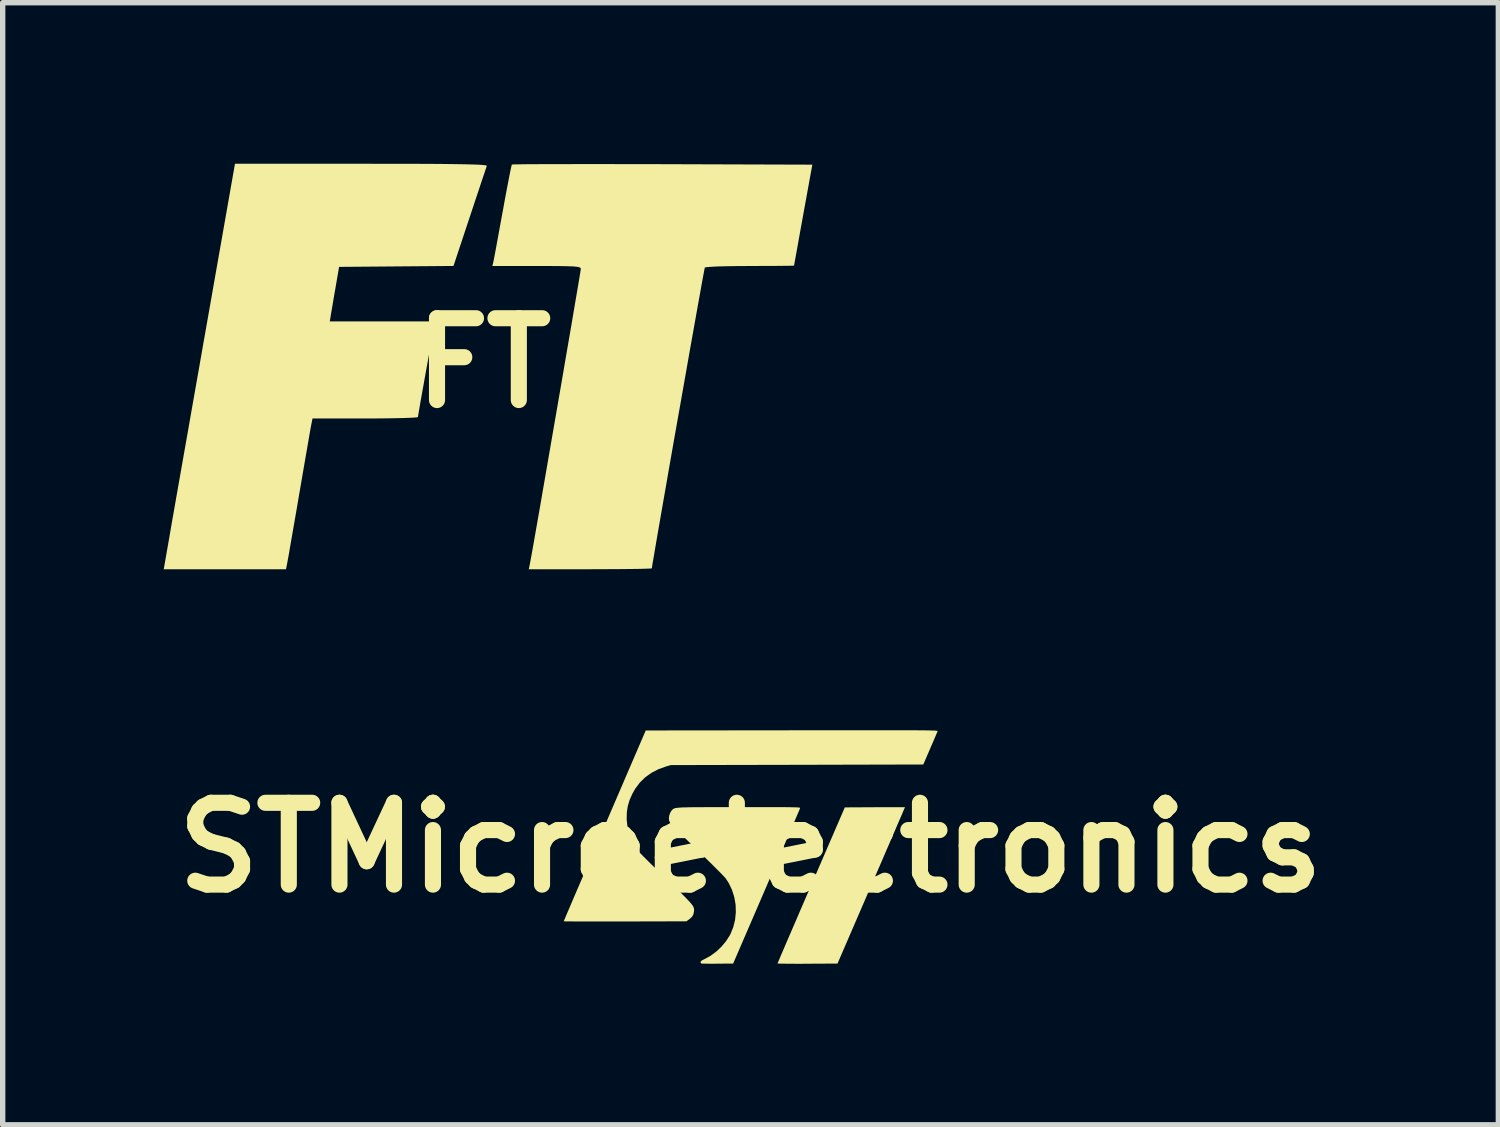
<source format=kicad_pcb>
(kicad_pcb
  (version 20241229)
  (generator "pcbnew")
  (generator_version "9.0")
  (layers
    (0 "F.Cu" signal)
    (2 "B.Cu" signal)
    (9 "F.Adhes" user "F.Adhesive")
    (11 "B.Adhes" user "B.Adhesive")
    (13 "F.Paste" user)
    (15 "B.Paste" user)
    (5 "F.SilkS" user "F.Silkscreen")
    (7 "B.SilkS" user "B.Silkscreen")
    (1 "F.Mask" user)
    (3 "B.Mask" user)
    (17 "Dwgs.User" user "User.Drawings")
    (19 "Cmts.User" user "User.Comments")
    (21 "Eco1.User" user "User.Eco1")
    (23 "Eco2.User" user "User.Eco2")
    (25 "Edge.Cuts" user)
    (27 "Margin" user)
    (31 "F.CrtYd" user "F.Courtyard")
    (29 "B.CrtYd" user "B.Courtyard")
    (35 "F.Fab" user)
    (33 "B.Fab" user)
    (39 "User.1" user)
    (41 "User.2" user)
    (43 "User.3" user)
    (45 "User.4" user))
  (footprint "STMicroelectronics"
    (layer "F.Cu")
    (at 10.929 12.738)
    (property "Reference" "STMicroelectronics" (at 0 0 0) (layer "F.SilkS") (effects (font (size 1.524 1.524) (thickness 0.3))))
    (attr board_only exclude_from_pos_files exclude_from_bom)
    (fp_poly (pts (xy 2.701 -0.753) (xy 2.769 -0.753) (xy 2.823 -0.753) (xy 2.859 -0.752) (xy 2.876 -0.752) (xy 2.877 -0.751) (xy 2.873 -0.741) (xy 2.86 -0.712) (xy 2.84 -0.665) (xy 2.813 -0.601) (xy 2.778 -0.521) (xy 2.738 -0.428) (xy 2.692 -0.32) (xy 2.64 -0.201) (xy 2.584 -0.07) (xy 2.523 0.07) (xy 2.459 0.22) (xy 2.391 0.377) (xy 2.32 0.541) (xy 2.249 0.706) (xy 1.621 2.16) (xy 1.062 2.163) (xy 0.954 2.164) (xy 0.852 2.164) (xy 0.76 2.163) (xy 0.679 2.163) (xy 0.611 2.162) (xy 0.557 2.161) (xy 0.521 2.16) (xy 0.505 2.158) (xy 0.504 2.158) (xy 0.508 2.147) (xy 0.521 2.117) (xy 0.541 2.07) (xy 0.568 2.005) (xy 0.603 1.925) (xy 0.643 1.831) (xy 0.689 1.723) (xy 0.741 1.604) (xy 0.797 1.473) (xy 0.858 1.332) (xy 0.922 1.182) (xy 0.99 1.025) (xy 1.061 0.861) (xy 1.131 0.7) (xy 1.757 -0.749) (xy 2.317 -0.752) (xy 2.425 -0.753) (xy 2.527 -0.753) (xy 2.619 -0.753)) (stroke (width 0) (type solid)) (fill yes) (layer "F.SilkS"))
    (fp_poly (pts (xy 0.279 -0.754) (xy 0.403 -0.754) (xy 0.511 -0.754) (xy 0.603 -0.754) (xy 0.68 -0.753) (xy 0.745 -0.752) (xy 0.797 -0.751) (xy 0.838 -0.75) (xy 0.869 -0.749) (xy 0.893 -0.747) (xy 0.908 -0.745) (xy 0.918 -0.743) (xy 0.924 -0.741) (xy 0.925 -0.738) (xy 0.925 -0.736) (xy 0.92 -0.724) (xy 0.907 -0.692) (xy 0.886 -0.644) (xy 0.858 -0.578) (xy 0.823 -0.497) (xy 0.782 -0.402) (xy 0.735 -0.293) (xy 0.683 -0.172) (xy 0.627 -0.041) (xy 0.566 0.101) (xy 0.501 0.251) (xy 0.433 0.408) (xy 0.362 0.572) (xy 0.298 0.722) (xy -0.323 2.16) (xy -0.613 2.162) (xy -0.691 2.163) (xy -0.762 2.163) (xy -0.823 2.162) (xy -0.871 2.161) (xy -0.903 2.16) (xy -0.916 2.159) (xy -0.928 2.144) (xy -0.93 2.132) (xy -0.923 2.117) (xy -0.902 2.1) (xy -0.864 2.081) (xy -0.859 2.078) (xy -0.748 2.018) (xy -0.641 1.94) (xy -0.543 1.848) (xy -0.457 1.746) (xy -0.388 1.638) (xy -0.374 1.613) (xy -0.321 1.483) (xy -0.287 1.346) (xy -0.273 1.206) (xy -0.277 1.064) (xy -0.301 0.925) (xy -0.343 0.791) (xy -0.403 0.664) (xy -0.462 0.574) (xy -0.479 0.554) (xy -0.51 0.521) (xy -0.553 0.476) (xy -0.608 0.421) (xy -0.672 0.357) (xy -0.744 0.285) (xy -0.823 0.208) (xy -0.907 0.126) (xy -0.985 0.05) (xy -1.071 -0.034) (xy -1.153 -0.113) (xy -1.23 -0.188) (xy -1.3 -0.257) (xy -1.361 -0.318) (xy -1.412 -0.369) (xy -1.451 -0.41) (xy -1.478 -0.438) (xy -1.49 -0.452) (xy -1.513 -0.494) (xy -1.52 -0.539) (xy -1.52 -0.546) (xy -1.513 -0.599) (xy -1.494 -0.651) (xy -1.468 -0.693) (xy -1.457 -0.704) (xy -1.448 -0.712) (xy -1.44 -0.719) (xy -1.43 -0.725) (xy -1.417 -0.73) (xy -1.401 -0.735) (xy -1.38 -0.739) (xy -1.353 -0.742) (xy -1.318 -0.745) (xy -1.274 -0.748) (xy -1.22 -0.749) (xy -1.155 -0.751) (xy -1.078 -0.752) (xy -0.986 -0.753) (xy -0.88 -0.753) (xy -0.757 -0.754) (xy -0.616 -0.754) (xy -0.457 -0.754) (xy -0.277 -0.754) (xy -0.21 -0.754) (xy -0.027 -0.754) (xy 0.136 -0.754)) (stroke (width 0) (type solid)) (fill yes) (layer "F.SilkS"))
    (fp_poly (pts (xy 2.529 -2.186) (xy 2.671 -2.186) (xy 2.798 -2.186) (xy 2.911 -2.186) (xy 3.011 -2.185) (xy 3.099 -2.185) (xy 3.176 -2.184) (xy 3.241 -2.184) (xy 3.297 -2.183) (xy 3.344 -2.182) (xy 3.382 -2.181) (xy 3.413 -2.18) (xy 3.437 -2.179) (xy 3.455 -2.178) (xy 3.468 -2.176) (xy 3.477 -2.174) (xy 3.482 -2.173) (xy 3.484 -2.171) (xy 3.485 -2.169) (xy 3.484 -2.167) (xy 3.479 -2.152) (xy 3.465 -2.12) (xy 3.445 -2.073) (xy 3.42 -2.014) (xy 3.391 -1.946) (xy 3.358 -1.871) (xy 3.348 -1.847) (xy 3.219 -1.548) (xy 0.868 -1.542) (xy -1.482 -1.537) (xy -1.567 -1.513) (xy -1.713 -1.461) (xy -1.844 -1.393) (xy -1.961 -1.309) (xy -2.062 -1.21) (xy -2.148 -1.095) (xy -2.201 -1.001) (xy -2.252 -0.886) (xy -2.285 -0.775) (xy -2.303 -0.662) (xy -2.306 -0.538) (xy -2.305 -0.512) (xy -2.289 -0.364) (xy -2.254 -0.226) (xy -2.199 -0.097) (xy -2.125 0.021) (xy -2.102 0.05) (xy -2.081 0.075) (xy -2.045 0.112) (xy -1.998 0.161) (xy -1.941 0.218) (xy -1.877 0.282) (xy -1.808 0.35) (xy -1.736 0.42) (xy -1.717 0.437) (xy -1.599 0.551) (xy -1.495 0.651) (xy -1.405 0.738) (xy -1.328 0.812) (xy -1.263 0.877) (xy -1.209 0.931) (xy -1.165 0.977) (xy -1.129 1.015) (xy -1.102 1.047) (xy -1.081 1.074) (xy -1.067 1.097) (xy -1.058 1.116) (xy -1.053 1.134) (xy -1.051 1.151) (xy -1.051 1.168) (xy -1.052 1.186) (xy -1.053 1.189) (xy -1.062 1.24) (xy -1.083 1.281) (xy -1.119 1.318) (xy -1.148 1.34) (xy -1.194 1.373) (xy -2.336 1.376) (xy -2.492 1.376) (xy -2.642 1.376) (xy -2.784 1.376) (xy -2.917 1.376) (xy -3.039 1.376) (xy -3.15 1.376) (xy -3.246 1.376) (xy -3.328 1.375) (xy -3.394 1.375) (xy -3.442 1.374) (xy -3.47 1.373) (xy -3.479 1.373) (xy -3.474 1.362) (xy -3.462 1.333) (xy -3.442 1.286) (xy -3.416 1.224) (xy -3.383 1.147) (xy -3.345 1.058) (xy -3.302 0.957) (xy -3.254 0.845) (xy -3.203 0.726) (xy -3.148 0.599) (xy -3.094 0.473) (xy -3.024 0.311) (xy -2.948 0.135) (xy -2.867 -0.054) (xy -2.783 -0.25) (xy -2.697 -0.448) (xy -2.612 -0.646) (xy -2.529 -0.839) (xy -2.45 -1.023) (xy -2.376 -1.194) (xy -2.33 -1.302) (xy -1.951 -2.182) (xy 0.77 -2.185) (xy 1.058 -2.185) (xy 1.325 -2.186) (xy 1.572 -2.186) (xy 1.799 -2.186) (xy 2.008 -2.186) (xy 2.198 -2.186) (xy 2.372 -2.186)) (stroke (width 0) (type solid)) (fill yes) (layer "F.SilkS")))
  (footprint "FT"
    (layer "F.Cu")
    (at 5.961 3.712)
    (property "Reference" "FT" (at 0 0 0) (layer "F.SilkS") (effects (font (size 1.524 1.524) (thickness 0.3))))
    (attr board_only exclude_from_pos_files exclude_from_bom)
    (fp_poly (pts (xy -1.819 -3.711) (xy -1.418 -3.711) (xy -1.074 -3.71) (xy -0.784 -3.708) (xy -0.544 -3.705) (xy -0.35 -3.702) (xy -0.198 -3.698) (xy -0.085 -3.694) (xy -0.008 -3.688) (xy 0.038 -3.682) (xy 0.056 -3.674) (xy 0.057 -3.671) (xy 0.043 -3.631) (xy 0.012 -3.538) (xy -0.035 -3.4) (xy -0.093 -3.224) (xy -0.162 -3.019) (xy -0.237 -2.792) (xy -0.261 -2.72) (xy -0.564 -1.808) (xy -2.695 -1.791) (xy -2.764 -1.388) (xy -2.793 -1.224) (xy -2.818 -1.073) (xy -2.839 -0.953) (xy -2.851 -0.88) (xy -2.851 -0.879) (xy -2.868 -0.775) (xy -0.902 -0.775) (xy -0.919 -0.702) (xy -0.93 -0.646) (xy -0.95 -0.54) (xy -0.977 -0.395) (xy -1.009 -0.22) (xy -1.044 -0.026) (xy -1.081 0.177) (xy -1.117 0.379) (xy -1.151 0.568) (xy -1.181 0.736) (xy -1.204 0.872) (xy -1.22 0.966) (xy -1.226 1.006) (xy -1.226 1.007) (xy -1.257 1.013) (xy -1.345 1.019) (xy -1.482 1.024) (xy -1.659 1.028) (xy -1.87 1.031) (xy -2.106 1.033) (xy -2.208 1.033) (xy -3.19 1.033) (xy -3.208 1.122) (xy -3.218 1.173) (xy -3.237 1.28) (xy -3.264 1.435) (xy -3.298 1.632) (xy -3.338 1.862) (xy -3.382 2.118) (xy -3.429 2.393) (xy -3.437 2.437) (xy -3.484 2.713) (xy -3.529 2.973) (xy -3.57 3.208) (xy -3.605 3.41) (xy -3.633 3.573) (xy -3.654 3.688) (xy -3.665 3.748) (xy -3.666 3.752) (xy -3.684 3.841) (xy -5.961 3.841) (xy -5.858 3.252) (xy -5.838 3.135) (xy -5.808 2.961) (xy -5.768 2.734) (xy -5.72 2.459) (xy -5.664 2.142) (xy -5.602 1.789) (xy -5.534 1.404) (xy -5.462 0.993) (xy -5.386 0.561) (xy -5.307 0.114) (xy -5.227 -0.343) (xy -5.195 -0.524) (xy -4.634 -3.712) (xy -2.281 -3.712)) (stroke (width 0) (type solid)) (fill yes) (layer "F.SilkS"))
    (fp_poly (pts (xy 2.208 -3.706) (xy 2.59 -3.705) (xy 2.994 -3.705) (xy 3.329 -3.704) (xy 6.12 -3.695) (xy 5.95 -2.759) (xy 5.907 -2.523) (xy 5.868 -2.307) (xy 5.835 -2.121) (xy 5.808 -1.972) (xy 5.789 -1.869) (xy 5.78 -1.819) (xy 5.779 -1.815) (xy 5.748 -1.813) (xy 5.66 -1.811) (xy 5.526 -1.81) (xy 5.352 -1.808) (xy 5.149 -1.808) (xy 4.956 -1.807) (xy 4.732 -1.806) (xy 4.53 -1.803) (xy 4.359 -1.799) (xy 4.227 -1.792) (xy 4.144 -1.785) (xy 4.117 -1.779) (xy 4.11 -1.745) (xy 4.093 -1.653) (xy 4.066 -1.508) (xy 4.032 -1.317) (xy 3.99 -1.085) (xy 3.942 -0.816) (xy 3.889 -0.518) (xy 3.831 -0.194) (xy 3.771 0.148) (xy 3.708 0.504) (xy 3.644 0.867) (xy 3.579 1.233) (xy 3.515 1.596) (xy 3.453 1.95) (xy 3.394 2.29) (xy 3.338 2.61) (xy 3.287 2.904) (xy 3.241 3.168) (xy 3.202 3.394) (xy 3.171 3.579) (xy 3.147 3.716) (xy 3.134 3.8) (xy 3.131 3.824) (xy 3.1 3.828) (xy 3.011 3.831) (xy 2.873 3.835) (xy 2.692 3.837) (xy 2.475 3.839) (xy 2.23 3.84) (xy 1.984 3.841) (xy 0.838 3.841) (xy 0.854 3.768) (xy 0.864 3.715) (xy 0.884 3.606) (xy 0.913 3.446) (xy 0.949 3.241) (xy 0.992 2.996) (xy 1.041 2.717) (xy 1.094 2.41) (xy 1.151 2.081) (xy 1.211 1.734) (xy 1.273 1.376) (xy 1.336 1.012) (xy 1.399 0.648) (xy 1.461 0.29) (xy 1.52 -0.057) (xy 1.577 -0.387) (xy 1.63 -0.694) (xy 1.677 -0.973) (xy 1.719 -1.219) (xy 1.754 -1.425) (xy 1.781 -1.586) (xy 1.799 -1.696) (xy 1.807 -1.749) (xy 1.807 -1.754) (xy 1.803 -1.77) (xy 1.783 -1.783) (xy 1.742 -1.792) (xy 1.672 -1.799) (xy 1.565 -1.803) (xy 1.415 -1.806) (xy 1.214 -1.807) (xy 0.984 -1.807) (xy 0.16 -1.807) (xy 0.178 -1.88) (xy 0.188 -1.93) (xy 0.208 -2.035) (xy 0.236 -2.185) (xy 0.27 -2.371) (xy 0.309 -2.585) (xy 0.351 -2.816) (xy 0.352 -2.817) (xy 0.393 -3.045) (xy 0.432 -3.252) (xy 0.466 -3.428) (xy 0.493 -3.567) (xy 0.513 -3.659) (xy 0.523 -3.697) (xy 0.523 -3.697) (xy 0.557 -3.699) (xy 0.651 -3.701) (xy 0.8 -3.703) (xy 0.999 -3.704) (xy 1.244 -3.705) (xy 1.53 -3.705) (xy 1.853 -3.706)) (stroke (width 0) (type solid)) (fill yes) (layer "F.SilkS")))
  (gr_rect
    (start -3 -3)
    (end 24.859 17.902)
    (stroke (width 0.1) (type default))
    (fill no)
    (layer "Edge.Cuts")))
</source>
